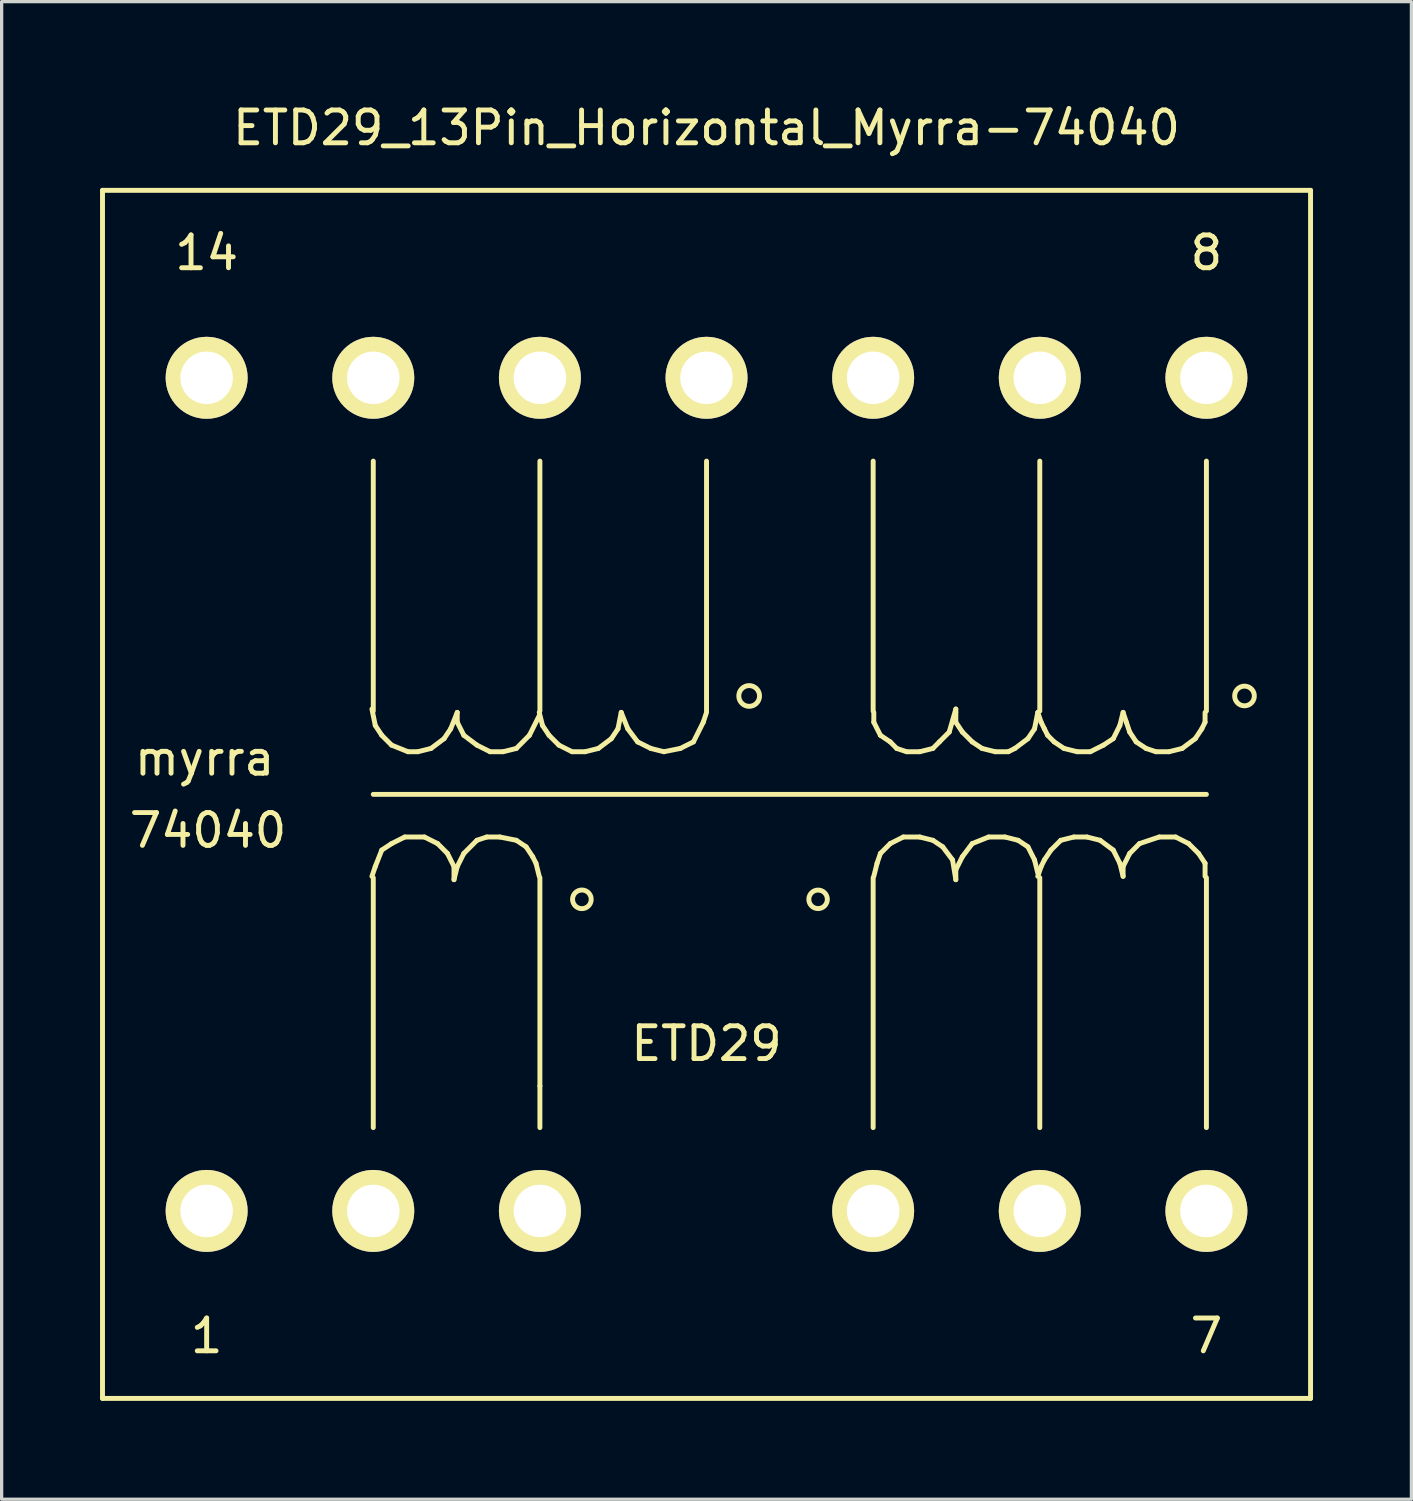
<source format=kicad_pcb>
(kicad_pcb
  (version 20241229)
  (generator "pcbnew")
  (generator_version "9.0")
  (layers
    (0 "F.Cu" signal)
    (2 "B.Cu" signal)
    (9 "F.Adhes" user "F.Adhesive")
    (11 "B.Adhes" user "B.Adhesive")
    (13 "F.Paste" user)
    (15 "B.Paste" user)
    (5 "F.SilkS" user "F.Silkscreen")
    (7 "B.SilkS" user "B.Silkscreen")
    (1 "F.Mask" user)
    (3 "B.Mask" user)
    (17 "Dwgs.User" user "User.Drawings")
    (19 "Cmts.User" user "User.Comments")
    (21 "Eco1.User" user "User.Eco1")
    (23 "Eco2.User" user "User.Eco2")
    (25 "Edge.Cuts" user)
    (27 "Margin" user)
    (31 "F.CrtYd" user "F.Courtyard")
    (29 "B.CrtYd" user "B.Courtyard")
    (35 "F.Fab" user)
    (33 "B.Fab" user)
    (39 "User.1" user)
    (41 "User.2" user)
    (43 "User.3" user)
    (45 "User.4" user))
  (footprint "ETD29_13Pin_Horizontal_Myrra-74040"
    (layer "F.Cu")
    (at 18.49 21.168)
    (property "Reference" "ETD29_13Pin_Horizontal_Myrra-74040" (at 0 -20.32 0) (layer "F.SilkS") (effects (font (size 1 1) (thickness 0.15))))
    (attr through_hole)
    (fp_line (start -18.415 -18.415) (end 18.415 -18.415) (stroke (width 0.15) (type solid)) (layer "F.SilkS"))
    (fp_line (start -18.415 18.415) (end -18.415 -18.415) (stroke (width 0.15) (type solid)) (layer "F.SilkS"))
    (fp_line (start -10.201 2.499) (end -10.099 2.2) (stroke (width 0.15) (type solid)) (layer "F.SilkS"))
    (fp_line (start -10.16 -2.54) (end -10.16 -10.16) (stroke (width 0.15) (type solid)) (layer "F.SilkS"))
    (fp_line (start -10.16 0) (end 15.24 0) (stroke (width 0.15) (type solid)) (layer "F.SilkS"))
    (fp_line (start -10.16 10.16) (end -10.16 2.54) (stroke (width 0.15) (type solid)) (layer "F.SilkS"))
    (fp_line (start -10.099 -2.101) (end -10.201 -2.601) (stroke (width 0.15) (type solid)) (layer "F.SilkS"))
    (fp_line (start -10.099 2.2) (end -9.901 1.699) (stroke (width 0.15) (type solid)) (layer "F.SilkS"))
    (fp_line (start -9.901 -1.801) (end -10.099 -2.101) (stroke (width 0.15) (type solid)) (layer "F.SilkS"))
    (fp_line (start -9.901 1.699) (end -9.601 1.501) (stroke (width 0.15) (type solid)) (layer "F.SilkS"))
    (fp_line (start -9.601 -1.501) (end -9.901 -1.801) (stroke (width 0.15) (type solid)) (layer "F.SilkS"))
    (fp_line (start -9.601 1.501) (end -9.2 1.3) (stroke (width 0.15) (type solid)) (layer "F.SilkS"))
    (fp_line (start -9.2 1.3) (end -8.6 1.3) (stroke (width 0.15) (type solid)) (layer "F.SilkS"))
    (fp_line (start -9.101 -1.3) (end -9.601 -1.501) (stroke (width 0.15) (type solid)) (layer "F.SilkS"))
    (fp_line (start -8.801 -1.3) (end -9.101 -1.3) (stroke (width 0.15) (type solid)) (layer "F.SilkS"))
    (fp_line (start -8.6 1.3) (end -8.199 1.501) (stroke (width 0.15) (type solid)) (layer "F.SilkS"))
    (fp_line (start -8.4 -1.4) (end -8.801 -1.3) (stroke (width 0.15) (type solid)) (layer "F.SilkS"))
    (fp_line (start -8.199 1.501) (end -7.899 1.801) (stroke (width 0.15) (type solid)) (layer "F.SilkS"))
    (fp_line (start -8.001 -1.699) (end -8.4 -1.4) (stroke (width 0.15) (type solid)) (layer "F.SilkS"))
    (fp_line (start -7.899 1.801) (end -7.699 2.2) (stroke (width 0.15) (type solid)) (layer "F.SilkS"))
    (fp_line (start -7.8 -1.999) (end -8.001 -1.699) (stroke (width 0.15) (type solid)) (layer "F.SilkS"))
    (fp_line (start -7.699 2.2) (end -7.699 2.601) (stroke (width 0.15) (type solid)) (layer "F.SilkS"))
    (fp_line (start -7.699 2.601) (end -7.6 2.2) (stroke (width 0.15) (type solid)) (layer "F.SilkS"))
    (fp_line (start -7.6 -2.499) (end -7.8 -1.999) (stroke (width 0.15) (type solid)) (layer "F.SilkS"))
    (fp_line (start -7.6 -2.2) (end -7.6 -2.499) (stroke (width 0.15) (type solid)) (layer "F.SilkS"))
    (fp_line (start -7.6 2.2) (end -7.399 1.801) (stroke (width 0.15) (type solid)) (layer "F.SilkS"))
    (fp_line (start -7.399 -1.801) (end -7.6 -2.2) (stroke (width 0.15) (type solid)) (layer "F.SilkS"))
    (fp_line (start -7.399 1.801) (end -7 1.4) (stroke (width 0.15) (type solid)) (layer "F.SilkS"))
    (fp_line (start -7 -1.501) (end -7.399 -1.801) (stroke (width 0.15) (type solid)) (layer "F.SilkS"))
    (fp_line (start -7 1.4) (end -6.701 1.3) (stroke (width 0.15) (type solid)) (layer "F.SilkS"))
    (fp_line (start -6.701 1.3) (end -6.299 1.3) (stroke (width 0.15) (type solid)) (layer "F.SilkS"))
    (fp_line (start -6.599 -1.3) (end -7 -1.501) (stroke (width 0.15) (type solid)) (layer "F.SilkS"))
    (fp_line (start -6.299 1.3) (end -5.799 1.4) (stroke (width 0.15) (type solid)) (layer "F.SilkS"))
    (fp_line (start -6.2 -1.3) (end -6.599 -1.3) (stroke (width 0.15) (type solid)) (layer "F.SilkS"))
    (fp_line (start -5.799 -1.4) (end -6.2 -1.3) (stroke (width 0.15) (type solid)) (layer "F.SilkS"))
    (fp_line (start -5.799 1.4) (end -5.499 1.6) (stroke (width 0.15) (type solid)) (layer "F.SilkS"))
    (fp_line (start -5.499 1.6) (end -5.301 1.9) (stroke (width 0.15) (type solid)) (layer "F.SilkS"))
    (fp_line (start -5.4 -1.801) (end -5.799 -1.4) (stroke (width 0.15) (type solid)) (layer "F.SilkS"))
    (fp_line (start -5.301 1.9) (end -5.199 2.101) (stroke (width 0.15) (type solid)) (layer "F.SilkS"))
    (fp_line (start -5.199 2.101) (end -5.1 2.499) (stroke (width 0.15) (type solid)) (layer "F.SilkS"))
    (fp_line (start -5.1 -2.4) (end -5.4 -1.801) (stroke (width 0.15) (type solid)) (layer "F.SilkS"))
    (fp_line (start -5.08 -2.54) (end -5.08 -10.16) (stroke (width 0.15) (type solid)) (layer "F.SilkS"))
    (fp_line (start -5.08 2.54) (end -5.08 8.89) (stroke (width 0.15) (type solid)) (layer "F.SilkS"))
    (fp_line (start -5.08 8.89) (end -5.08 10.16) (stroke (width 0.15) (type solid)) (layer "F.SilkS"))
    (fp_line (start -5.001 -2.101) (end -5.1 -2.499) (stroke (width 0.15) (type solid)) (layer "F.SilkS"))
    (fp_line (start -4.801 -1.801) (end -5.001 -2.101) (stroke (width 0.15) (type solid)) (layer "F.SilkS"))
    (fp_line (start -4.501 -1.501) (end -4.801 -1.801) (stroke (width 0.15) (type solid)) (layer "F.SilkS"))
    (fp_line (start -4.1 -1.3) (end -4.501 -1.501) (stroke (width 0.15) (type solid)) (layer "F.SilkS"))
    (fp_line (start -3.701 -1.3) (end -4.1 -1.3) (stroke (width 0.15) (type solid)) (layer "F.SilkS"))
    (fp_line (start -3.299 -1.4) (end -3.701 -1.3) (stroke (width 0.15) (type solid)) (layer "F.SilkS"))
    (fp_line (start -2.901 -1.699) (end -3.299 -1.4) (stroke (width 0.15) (type solid)) (layer "F.SilkS"))
    (fp_line (start -2.7 -1.999) (end -2.901 -1.699) (stroke (width 0.15) (type solid)) (layer "F.SilkS"))
    (fp_line (start -2.601 -2.499) (end -2.7 -1.999) (stroke (width 0.15) (type solid)) (layer "F.SilkS"))
    (fp_line (start -2.4 -1.999) (end -2.601 -2.499) (stroke (width 0.15) (type solid)) (layer "F.SilkS"))
    (fp_line (start -2.101 -1.6) (end -2.4 -1.999) (stroke (width 0.15) (type solid)) (layer "F.SilkS"))
    (fp_line (start -1.699 -1.4) (end -2.101 -1.6) (stroke (width 0.15) (type solid)) (layer "F.SilkS"))
    (fp_line (start -1.3 -1.3) (end -1.699 -1.4) (stroke (width 0.15) (type solid)) (layer "F.SilkS"))
    (fp_line (start -0.8 -1.4) (end -1.3 -1.3) (stroke (width 0.15) (type solid)) (layer "F.SilkS"))
    (fp_line (start -0.399 -1.6) (end -0.8 -1.4) (stroke (width 0.15) (type solid)) (layer "F.SilkS"))
    (fp_line (start -0.099 -2.2) (end -0.399 -1.6) (stroke (width 0.15) (type solid)) (layer "F.SilkS"))
    (fp_line (start 0 -2.54) (end 0 -10.16) (stroke (width 0.15) (type solid)) (layer "F.SilkS"))
    (fp_line (start 0 -2.499) (end -0.099 -2.2) (stroke (width 0.15) (type solid)) (layer "F.SilkS"))
    (fp_line (start 5.08 -2.54) (end 5.08 -10.16) (stroke (width 0.15) (type solid)) (layer "F.SilkS"))
    (fp_line (start 5.08 2.54) (end 5.08 10.16) (stroke (width 0.15) (type solid)) (layer "F.SilkS"))
    (fp_line (start 5.1 -2.2) (end 5.1 -2.499) (stroke (width 0.15) (type solid)) (layer "F.SilkS"))
    (fp_line (start 5.199 2.101) (end 5.1 2.499) (stroke (width 0.15) (type solid)) (layer "F.SilkS"))
    (fp_line (start 5.301 -1.801) (end 5.1 -2.2) (stroke (width 0.15) (type solid)) (layer "F.SilkS"))
    (fp_line (start 5.301 1.801) (end 5.199 2.101) (stroke (width 0.15) (type solid)) (layer "F.SilkS"))
    (fp_line (start 5.601 -1.6) (end 5.301 -1.801) (stroke (width 0.15) (type solid)) (layer "F.SilkS"))
    (fp_line (start 5.601 1.501) (end 5.301 1.801) (stroke (width 0.15) (type solid)) (layer "F.SilkS"))
    (fp_line (start 5.799 -1.4) (end 5.601 -1.6) (stroke (width 0.15) (type solid)) (layer "F.SilkS"))
    (fp_line (start 5.999 1.3) (end 5.601 1.501) (stroke (width 0.15) (type solid)) (layer "F.SilkS"))
    (fp_line (start 6.101 -1.3) (end 5.799 -1.4) (stroke (width 0.15) (type solid)) (layer "F.SilkS"))
    (fp_line (start 6.5 -1.3) (end 6.101 -1.3) (stroke (width 0.15) (type solid)) (layer "F.SilkS"))
    (fp_line (start 6.5 1.3) (end 5.999 1.3) (stroke (width 0.15) (type solid)) (layer "F.SilkS"))
    (fp_line (start 6.901 -1.4) (end 6.5 -1.3) (stroke (width 0.15) (type solid)) (layer "F.SilkS"))
    (fp_line (start 6.901 1.4) (end 6.5 1.3) (stroke (width 0.15) (type solid)) (layer "F.SilkS"))
    (fp_line (start 7.099 -1.6) (end 6.901 -1.4) (stroke (width 0.15) (type solid)) (layer "F.SilkS"))
    (fp_line (start 7.201 1.6) (end 6.901 1.4) (stroke (width 0.15) (type solid)) (layer "F.SilkS"))
    (fp_line (start 7.399 -1.9) (end 7.099 -1.6) (stroke (width 0.15) (type solid)) (layer "F.SilkS"))
    (fp_line (start 7.501 1.999) (end 7.201 1.6) (stroke (width 0.15) (type solid)) (layer "F.SilkS"))
    (fp_line (start 7.6 -2.601) (end 7.399 -1.9) (stroke (width 0.15) (type solid)) (layer "F.SilkS"))
    (fp_line (start 7.6 -2.499) (end 7.6 -2.601) (stroke (width 0.15) (type solid)) (layer "F.SilkS"))
    (fp_line (start 7.6 -2.2) (end 7.6 -2.499) (stroke (width 0.15) (type solid)) (layer "F.SilkS"))
    (fp_line (start 7.6 2.301) (end 7.6 2.601) (stroke (width 0.15) (type solid)) (layer "F.SilkS"))
    (fp_line (start 7.6 2.601) (end 7.501 1.999) (stroke (width 0.15) (type solid)) (layer "F.SilkS"))
    (fp_line (start 7.8 -1.9) (end 7.6 -2.2) (stroke (width 0.15) (type solid)) (layer "F.SilkS"))
    (fp_line (start 7.8 1.9) (end 7.6 2.301) (stroke (width 0.15) (type solid)) (layer "F.SilkS"))
    (fp_line (start 8.1 -1.6) (end 7.8 -1.9) (stroke (width 0.15) (type solid)) (layer "F.SilkS"))
    (fp_line (start 8.1 1.501) (end 7.8 1.9) (stroke (width 0.15) (type solid)) (layer "F.SilkS"))
    (fp_line (start 8.4 -1.4) (end 8.1 -1.6) (stroke (width 0.15) (type solid)) (layer "F.SilkS"))
    (fp_line (start 8.6 1.3) (end 8.1 1.501) (stroke (width 0.15) (type solid)) (layer "F.SilkS"))
    (fp_line (start 8.801 -1.3) (end 8.4 -1.4) (stroke (width 0.15) (type solid)) (layer "F.SilkS"))
    (fp_line (start 9.101 1.3) (end 8.6 1.3) (stroke (width 0.15) (type solid)) (layer "F.SilkS"))
    (fp_line (start 9.2 -1.3) (end 8.801 -1.3) (stroke (width 0.15) (type solid)) (layer "F.SilkS"))
    (fp_line (start 9.401 -1.4) (end 9.2 -1.3) (stroke (width 0.15) (type solid)) (layer "F.SilkS"))
    (fp_line (start 9.5 1.4) (end 9.101 1.3) (stroke (width 0.15) (type solid)) (layer "F.SilkS"))
    (fp_line (start 9.799 -1.699) (end 9.401 -1.4) (stroke (width 0.15) (type solid)) (layer "F.SilkS"))
    (fp_line (start 9.799 1.6) (end 9.5 1.4) (stroke (width 0.15) (type solid)) (layer "F.SilkS"))
    (fp_line (start 10 -1.999) (end 9.799 -1.699) (stroke (width 0.15) (type solid)) (layer "F.SilkS"))
    (fp_line (start 10 1.999) (end 9.799 1.6) (stroke (width 0.15) (type solid)) (layer "F.SilkS"))
    (fp_line (start 10.099 -2.499) (end 10 -1.999) (stroke (width 0.15) (type solid)) (layer "F.SilkS"))
    (fp_line (start 10.099 2.4) (end 10 1.999) (stroke (width 0.15) (type solid)) (layer "F.SilkS"))
    (fp_line (start 10.16 -2.54) (end 10.16 -10.16) (stroke (width 0.15) (type solid)) (layer "F.SilkS"))
    (fp_line (start 10.16 2.54) (end 10.16 10.16) (stroke (width 0.15) (type solid)) (layer "F.SilkS"))
    (fp_line (start 10.201 -2.2) (end 10.099 -2.499) (stroke (width 0.15) (type solid)) (layer "F.SilkS"))
    (fp_line (start 10.201 2.2) (end 10.099 2.499) (stroke (width 0.15) (type solid)) (layer "F.SilkS"))
    (fp_line (start 10.3 -1.999) (end 10.201 -2.2) (stroke (width 0.15) (type solid)) (layer "F.SilkS"))
    (fp_line (start 10.3 1.999) (end 10.201 2.2) (stroke (width 0.15) (type solid)) (layer "F.SilkS"))
    (fp_line (start 10.399 -1.801) (end 10.3 -1.999) (stroke (width 0.15) (type solid)) (layer "F.SilkS"))
    (fp_line (start 10.5 1.699) (end 10.3 1.999) (stroke (width 0.15) (type solid)) (layer "F.SilkS"))
    (fp_line (start 10.599 -1.6) (end 10.399 -1.801) (stroke (width 0.15) (type solid)) (layer "F.SilkS"))
    (fp_line (start 10.8 1.4) (end 10.5 1.699) (stroke (width 0.15) (type solid)) (layer "F.SilkS"))
    (fp_line (start 10.899 -1.4) (end 10.599 -1.6) (stroke (width 0.15) (type solid)) (layer "F.SilkS"))
    (fp_line (start 11.199 1.3) (end 10.8 1.4) (stroke (width 0.15) (type solid)) (layer "F.SilkS"))
    (fp_line (start 11.3 -1.3) (end 10.899 -1.4) (stroke (width 0.15) (type solid)) (layer "F.SilkS"))
    (fp_line (start 11.6 1.3) (end 11.199 1.3) (stroke (width 0.15) (type solid)) (layer "F.SilkS"))
    (fp_line (start 11.699 -1.3) (end 11.3 -1.3) (stroke (width 0.15) (type solid)) (layer "F.SilkS"))
    (fp_line (start 11.999 1.4) (end 11.6 1.3) (stroke (width 0.15) (type solid)) (layer "F.SilkS"))
    (fp_line (start 12.101 -1.501) (end 11.699 -1.3) (stroke (width 0.15) (type solid)) (layer "F.SilkS"))
    (fp_line (start 12.4 -1.699) (end 12.101 -1.501) (stroke (width 0.15) (type solid)) (layer "F.SilkS"))
    (fp_line (start 12.4 1.699) (end 11.999 1.4) (stroke (width 0.15) (type solid)) (layer "F.SilkS"))
    (fp_line (start 12.601 -2.101) (end 12.4 -1.699) (stroke (width 0.15) (type solid)) (layer "F.SilkS"))
    (fp_line (start 12.601 2.101) (end 12.4 1.699) (stroke (width 0.15) (type solid)) (layer "F.SilkS"))
    (fp_line (start 12.7 -2.499) (end 12.601 -2.101) (stroke (width 0.15) (type solid)) (layer "F.SilkS"))
    (fp_line (start 12.7 2.2) (end 12.7 2.499) (stroke (width 0.15) (type solid)) (layer "F.SilkS"))
    (fp_line (start 12.7 2.499) (end 12.601 2.101) (stroke (width 0.15) (type solid)) (layer "F.SilkS"))
    (fp_line (start 12.799 -2.2) (end 12.7 -2.499) (stroke (width 0.15) (type solid)) (layer "F.SilkS"))
    (fp_line (start 12.901 -1.9) (end 12.799 -2.2) (stroke (width 0.15) (type solid)) (layer "F.SilkS"))
    (fp_line (start 12.901 1.801) (end 12.7 2.2) (stroke (width 0.15) (type solid)) (layer "F.SilkS"))
    (fp_line (start 13.099 -1.6) (end 12.901 -1.9) (stroke (width 0.15) (type solid)) (layer "F.SilkS"))
    (fp_line (start 13.2 1.501) (end 12.901 1.801) (stroke (width 0.15) (type solid)) (layer "F.SilkS"))
    (fp_line (start 13.401 -1.4) (end 13.099 -1.6) (stroke (width 0.15) (type solid)) (layer "F.SilkS"))
    (fp_line (start 13.701 -1.3) (end 13.401 -1.4) (stroke (width 0.15) (type solid)) (layer "F.SilkS"))
    (fp_line (start 13.8 1.3) (end 13.2 1.501) (stroke (width 0.15) (type solid)) (layer "F.SilkS"))
    (fp_line (start 14.1 -1.3) (end 13.701 -1.3) (stroke (width 0.15) (type solid)) (layer "F.SilkS"))
    (fp_line (start 14.3 1.3) (end 13.8 1.3) (stroke (width 0.15) (type solid)) (layer "F.SilkS"))
    (fp_line (start 14.501 -1.4) (end 14.1 -1.3) (stroke (width 0.15) (type solid)) (layer "F.SilkS"))
    (fp_line (start 14.699 1.501) (end 14.3 1.3) (stroke (width 0.15) (type solid)) (layer "F.SilkS"))
    (fp_line (start 14.9 -1.699) (end 14.501 -1.4) (stroke (width 0.15) (type solid)) (layer "F.SilkS"))
    (fp_line (start 15.001 1.801) (end 14.699 1.501) (stroke (width 0.15) (type solid)) (layer "F.SilkS"))
    (fp_line (start 15.1 -1.999) (end 14.9 -1.699) (stroke (width 0.15) (type solid)) (layer "F.SilkS"))
    (fp_line (start 15.199 -2.499) (end 15.199 -2.2) (stroke (width 0.15) (type solid)) (layer "F.SilkS"))
    (fp_line (start 15.199 -2.2) (end 15.1 -1.999) (stroke (width 0.15) (type solid)) (layer "F.SilkS"))
    (fp_line (start 15.199 2.101) (end 15.001 1.801) (stroke (width 0.15) (type solid)) (layer "F.SilkS"))
    (fp_line (start 15.199 2.499) (end 15.199 2.101) (stroke (width 0.15) (type solid)) (layer "F.SilkS"))
    (fp_line (start 15.24 -2.54) (end 15.24 -10.16) (stroke (width 0.15) (type solid)) (layer "F.SilkS"))
    (fp_line (start 15.24 2.54) (end 15.24 10.16) (stroke (width 0.15) (type solid)) (layer "F.SilkS"))
    (fp_line (start 18.415 -18.415) (end 18.415 18.415) (stroke (width 0.15) (type solid)) (layer "F.SilkS"))
    (fp_line (start 18.415 18.415) (end -18.415 18.415) (stroke (width 0.15) (type solid)) (layer "F.SilkS"))
    (fp_circle (center -3.8 3.2) (end -3.599 3.401) (stroke (width 0.15) (type solid)) (fill no) (layer "F.SilkS"))
    (fp_circle (center 1.3 -3) (end 1.4 -2.7) (stroke (width 0.15) (type solid)) (fill no) (layer "F.SilkS"))
    (fp_circle (center 3.401 3.2) (end 3.599 3.401) (stroke (width 0.15) (type solid)) (fill no) (layer "F.SilkS"))
    (fp_circle (center 16.401 -3) (end 16.401 -2.7) (stroke (width 0.15) (type solid)) (fill no) (layer "F.SilkS"))
    (fp_text user "7" (at 15.24 16.51 0) (layer "F.SilkS") (effects (font (size 1 1) (thickness 0.15))))
    (fp_text user "74040" (at -15.199 1.1 0) (layer "F.SilkS") (effects (font (size 1 1) (thickness 0.15))))
    (fp_text user "8" (at 15.24 -16.51 0) (layer "F.SilkS") (effects (font (size 1 1) (thickness 0.15))))
    (fp_text user "ETD29" (at 0 7.6 0) (layer "F.SilkS") (effects (font (size 1 1) (thickness 0.15))))
    (fp_text user "1" (at -15.24 16.51 0) (layer "F.SilkS") (effects (font (size 1 1) (thickness 0.15))))
    (fp_text user "myrra" (at -15.301 -1.1 0) (layer "F.SilkS") (effects (font (size 1 1) (thickness 0.15))))
    (fp_text user "14" (at -15.24 -16.51 0) (layer "F.SilkS") (effects (font (size 1 1) (thickness 0.15))))
    (pad "1" thru_hole circle (at -15.24 12.7) (size 2.499 2.499) (drill 1.6) (layers "*.Cu" "*.Mask" "F.SilkS"))
    (pad "2" thru_hole circle (at -10.16 12.7) (size 2.499 2.499) (drill 1.6) (layers "*.Cu" "*.Mask" "F.SilkS"))
    (pad "3" thru_hole circle (at -5.08 12.7) (size 2.499 2.499) (drill 1.6) (layers "*.Cu" "*.Mask" "F.SilkS"))
    (pad "5" thru_hole circle (at 5.08 12.7) (size 2.499 2.499) (drill 1.6) (layers "*.Cu" "*.Mask" "F.SilkS"))
    (pad "6" thru_hole circle (at 10.16 12.7) (size 2.499 2.499) (drill 1.6) (layers "*.Cu" "*.Mask" "F.SilkS"))
    (pad "7" thru_hole circle (at 15.24 12.7) (size 2.499 2.499) (drill 1.6) (layers "*.Cu" "*.Mask" "F.SilkS"))
    (pad "8" thru_hole circle (at 15.24 -12.7) (size 2.499 2.499) (drill 1.6) (layers "*.Cu" "*.Mask" "F.SilkS"))
    (pad "9" thru_hole circle (at 10.16 -12.7) (size 2.499 2.499) (drill 1.6) (layers "*.Cu" "*.Mask" "F.SilkS"))
    (pad "10" thru_hole circle (at 5.08 -12.7) (size 2.499 2.499) (drill 1.6) (layers "*.Cu" "*.Mask" "F.SilkS"))
    (pad "11" thru_hole circle (at 0 -12.7) (size 2.499 2.499) (drill 1.6) (layers "*.Cu" "*.Mask" "F.SilkS"))
    (pad "12" thru_hole circle (at -5.08 -12.7) (size 2.499 2.499) (drill 1.6) (layers "*.Cu" "*.Mask" "F.SilkS"))
    (pad "13" thru_hole circle (at -10.16 -12.7) (size 2.499 2.499) (drill 1.6) (layers "*.Cu" "*.Mask" "F.SilkS"))
    (pad "14" thru_hole circle (at -15.24 -12.7) (size 2.499 2.499) (drill 1.6) (layers "*.Cu" "*.Mask" "F.SilkS")))
  (gr_rect
    (start -3 -3)
    (end 39.98 42.658)
    (stroke (width 0.1) (type default))
    (fill no)
    (layer "Edge.Cuts")))
</source>
